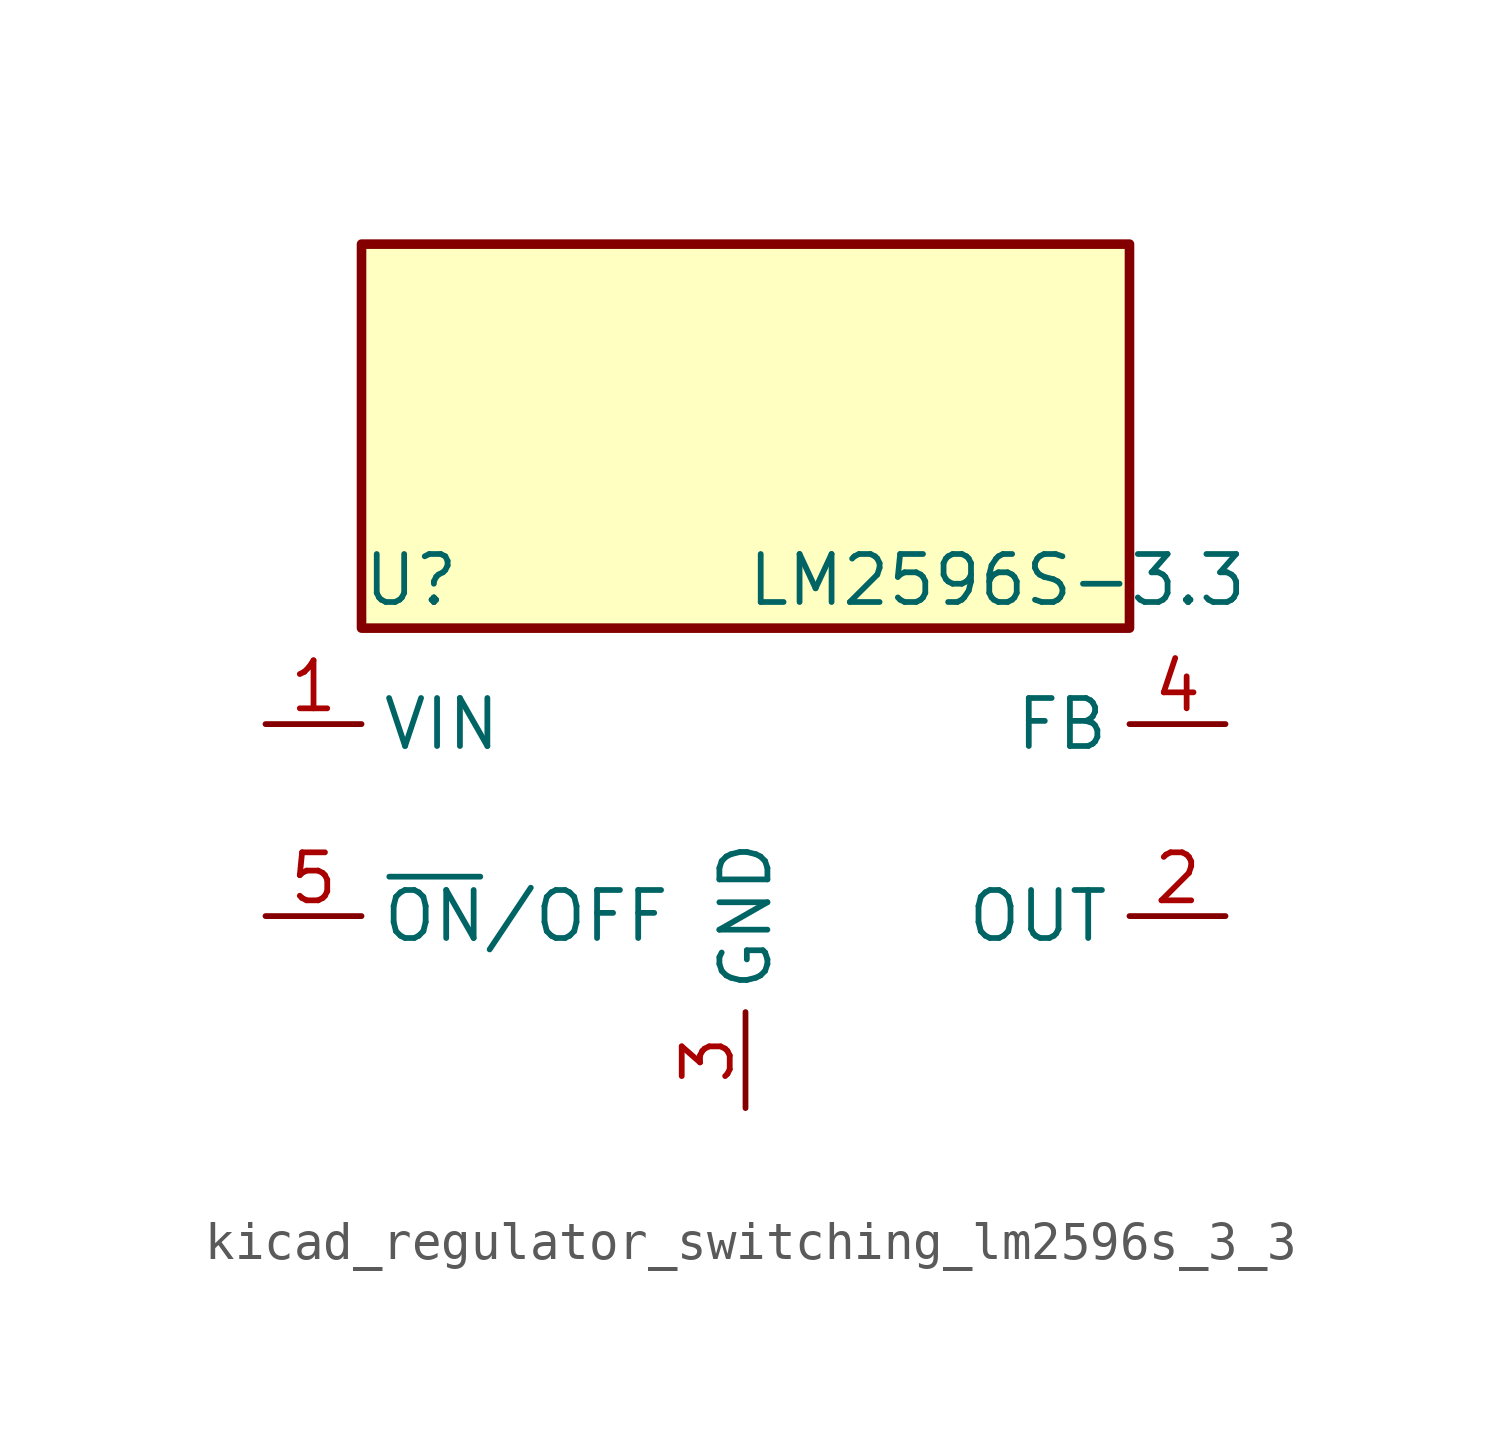
<source format=kicad_sym>
(kicad_symbol_lib
  (version 20220914)
  (generator kicad_symbol_editor)
  (symbol "kicad_regulator_switching_lm2596s_3_3"
    (property "Reference" "U"
      (at -10.16 6.35 0)
      (effects (font (size 1.27 1.27)) (justify left)))
    (property "Value" "LM2596S-3.3"
      (at 0 6.35 0)
      (effects (font (size 1.27 1.27)) (justify left)))
    (symbol "kicad_regulator_switching_lm2596s_3_3_0_1"
      (rectangle (start 10.16 15.24) (end -10.16 5.08) (stroke (width 0.254) (type default)) (fill (type background))))
    (symbol "kicad_regulator_switching_lm2596s_3_3_1_1"
      (pin power_in line (at -12.7 2.54 0) (length 2.54) (name "VIN" (effects (font (size 1.27 1.27)))) (number "1" (effects (font (size 1.27 1.27)))))
      (pin output line (at 12.7 -2.54 180) (length 2.54) (name "OUT" (effects (font (size 1.27 1.27)))) (number "2" (effects (font (size 1.27 1.27)))))
      (pin power_in line (at 0 -7.62 90) (length 2.54) (name "GND" (effects (font (size 1.27 1.27)))) (number "3" (effects (font (size 1.27 1.27)))))
      (pin input line (at 12.7 2.54 180) (length 2.54) (name "FB" (effects (font (size 1.27 1.27)))) (number "4" (effects (font (size 1.27 1.27)))))
      (pin input line (at -12.7 -2.54 0) (length 2.54) (name "~{ON}/OFF" (effects (font (size 1.27 1.27)))) (number "5" (effects (font (size 1.27 1.27))))))))
</source>
